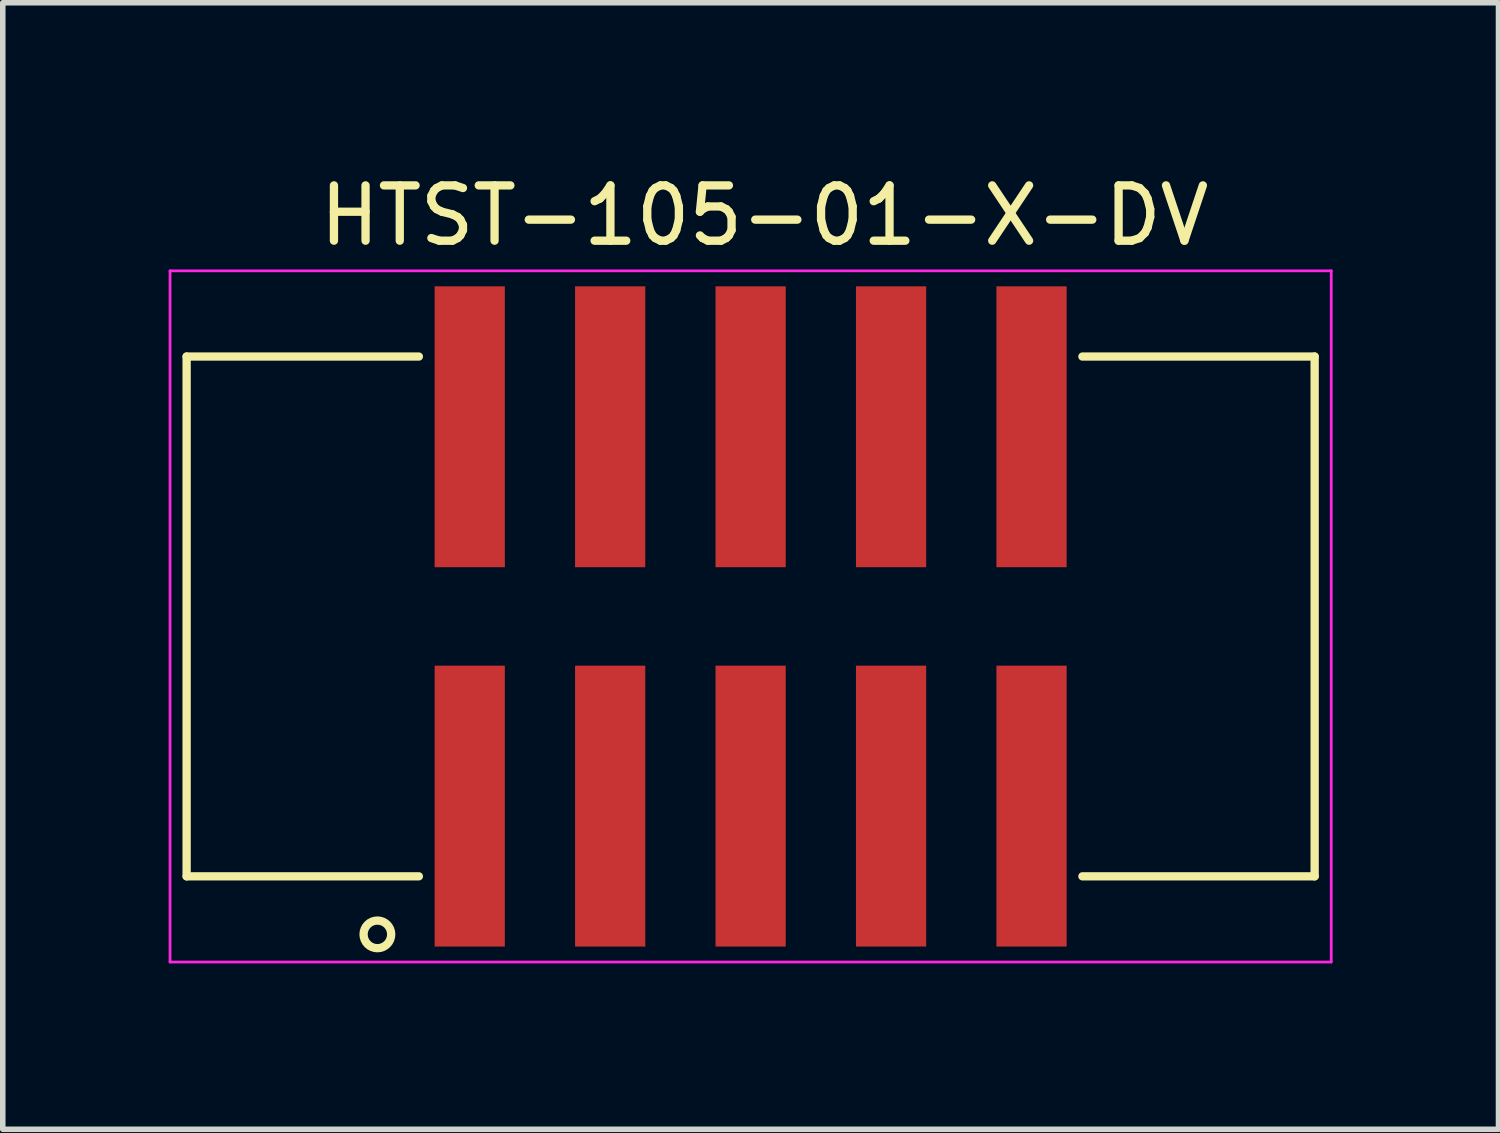
<source format=kicad_pcb>
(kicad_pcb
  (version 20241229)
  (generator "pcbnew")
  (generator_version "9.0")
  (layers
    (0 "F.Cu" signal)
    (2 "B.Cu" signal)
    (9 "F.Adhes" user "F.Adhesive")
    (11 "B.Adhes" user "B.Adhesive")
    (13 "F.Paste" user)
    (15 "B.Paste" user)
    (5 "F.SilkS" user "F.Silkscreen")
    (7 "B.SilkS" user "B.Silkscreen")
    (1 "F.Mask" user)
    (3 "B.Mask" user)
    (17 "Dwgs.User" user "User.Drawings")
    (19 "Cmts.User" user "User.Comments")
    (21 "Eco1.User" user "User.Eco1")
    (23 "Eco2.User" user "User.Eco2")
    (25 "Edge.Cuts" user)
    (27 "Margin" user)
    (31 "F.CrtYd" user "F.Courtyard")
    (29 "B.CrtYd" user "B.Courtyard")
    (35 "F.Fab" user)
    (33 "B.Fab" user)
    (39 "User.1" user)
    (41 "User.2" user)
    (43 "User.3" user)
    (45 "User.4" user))
  (footprint "HTST-105-01-X-DV"
    (layer "F.Cu")
    (at 10.525 8.098)
    (property "Reference" "HTST-105-01-X-DV" (at 0.25 -7.25 0) (layer "F.SilkS") (effects (font (size 1 1) (thickness 0.15))))
    (attr through_hole)
    (fp_line (start -10.2 -4.7) (end -6 -4.7) (stroke (width 0.15) (type solid)) (layer "F.SilkS"))
    (fp_line (start -10.2 4.7) (end -10.2 -4.7) (stroke (width 0.15) (type solid)) (layer "F.SilkS"))
    (fp_line (start -10.2 4.7) (end -6 4.7) (stroke (width 0.15) (type solid)) (layer "F.SilkS"))
    (fp_line (start 6 -4.7) (end 10.2 -4.7) (stroke (width 0.15) (type solid)) (layer "F.SilkS"))
    (fp_line (start 10.2 -4.7) (end 10.2 4.7) (stroke (width 0.15) (type solid)) (layer "F.SilkS"))
    (fp_line (start 10.2 4.7) (end 6 4.7) (stroke (width 0.15) (type solid)) (layer "F.SilkS"))
    (fp_circle (center -6.75 5.75) (end -6.5 5.75) (stroke (width 0.15) (type solid)) (fill no) (layer "F.SilkS"))
    (fp_line (start -10.5 -6.25) (end 10.5 -6.25) (stroke (width 0.05) (type solid)) (layer "F.CrtYd"))
    (fp_line (start -10.5 6.25) (end -10.5 -6.25) (stroke (width 0.05) (type solid)) (layer "F.CrtYd"))
    (fp_line (start 10.5 -6.25) (end 10.5 6.25) (stroke (width 0.05) (type solid)) (layer "F.CrtYd"))
    (fp_line (start 10.5 6.25) (end -10.5 6.25) (stroke (width 0.05) (type solid)) (layer "F.CrtYd"))
    (pad "1" smd rect (at -5.08 3.43) (size 1.27 5.08) (layers "F.Cu" "F.Mask" "F.Paste"))
    (pad "2" smd rect (at -5.08 -3.43) (size 1.27 5.08) (layers "F.Cu" "F.Mask" "F.Paste"))
    (pad "3" smd rect (at -2.54 3.43) (size 1.27 5.08) (layers "F.Cu" "F.Mask" "F.Paste"))
    (pad "4" smd rect (at -2.54 -3.43) (size 1.27 5.08) (layers "F.Cu" "F.Mask" "F.Paste"))
    (pad "5" smd rect (at 0 3.43) (size 1.27 5.08) (layers "F.Cu" "F.Mask" "F.Paste"))
    (pad "6" smd rect (at 0 -3.43) (size 1.27 5.08) (layers "F.Cu" "F.Mask" "F.Paste"))
    (pad "7" smd rect (at 2.54 3.43) (size 1.27 5.08) (layers "F.Cu" "F.Mask" "F.Paste"))
    (pad "8" smd rect (at 2.54 -3.43) (size 1.27 5.08) (layers "F.Cu" "F.Mask" "F.Paste"))
    (pad "9" smd rect (at 5.08 3.43) (size 1.27 5.08) (layers "F.Cu" "F.Mask" "F.Paste"))
    (pad "10" smd rect (at 5.08 -3.43) (size 1.27 5.08) (layers "F.Cu" "F.Mask" "F.Paste")))
  (gr_rect
    (start -3 -3)
    (end 24.05 17.373)
    (stroke (width 0.1) (type default))
    (fill no)
    (layer "Edge.Cuts")))
</source>
